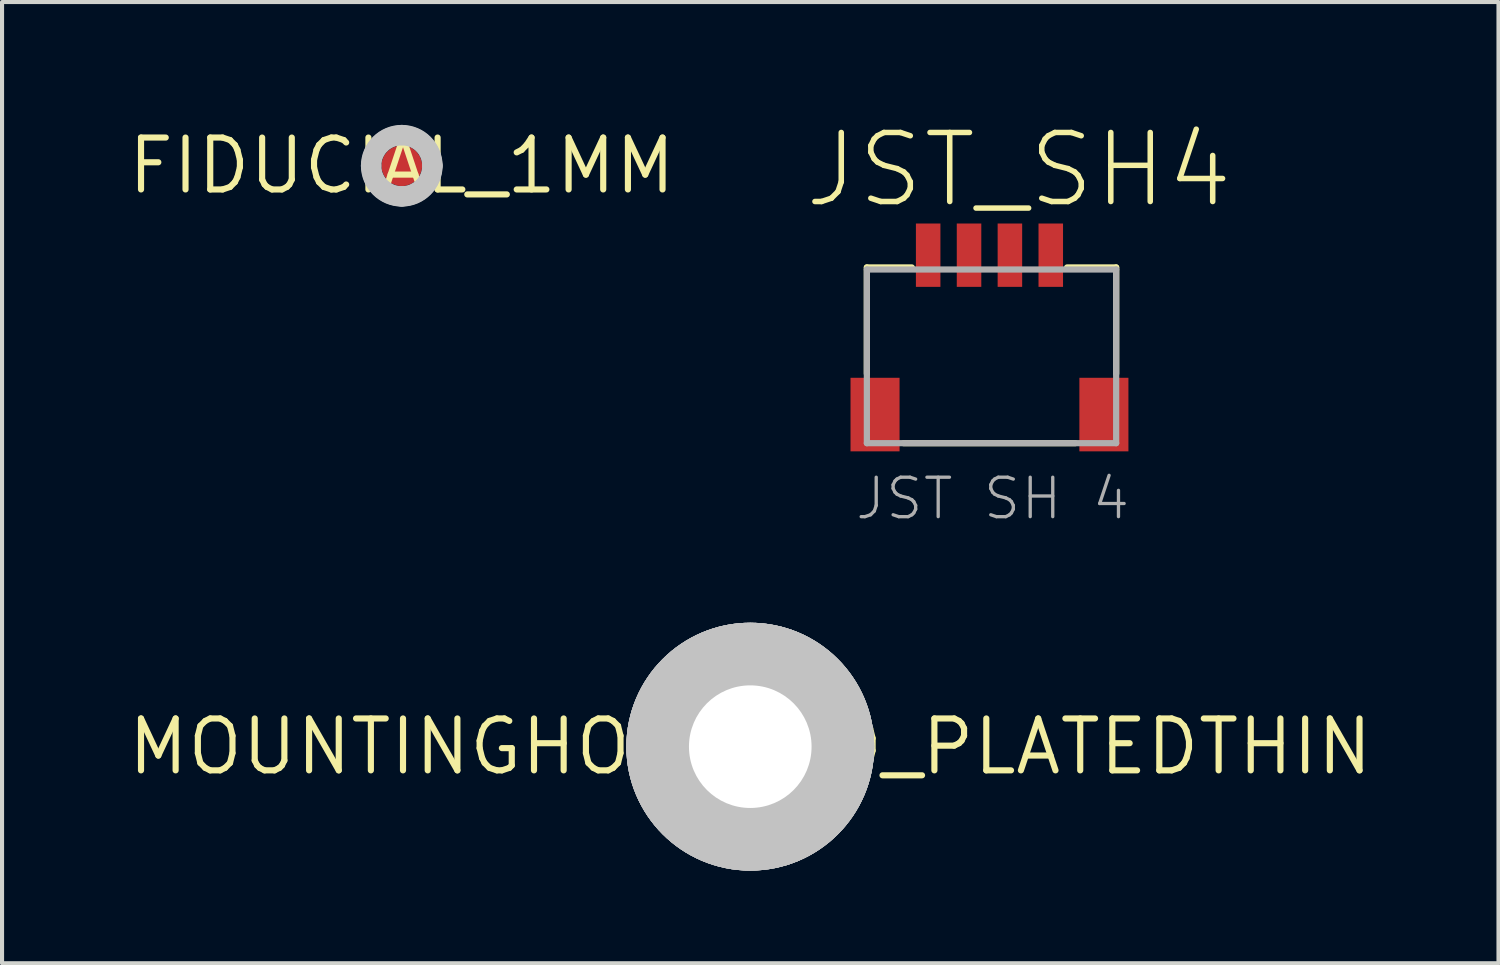
<source format=kicad_pcb>
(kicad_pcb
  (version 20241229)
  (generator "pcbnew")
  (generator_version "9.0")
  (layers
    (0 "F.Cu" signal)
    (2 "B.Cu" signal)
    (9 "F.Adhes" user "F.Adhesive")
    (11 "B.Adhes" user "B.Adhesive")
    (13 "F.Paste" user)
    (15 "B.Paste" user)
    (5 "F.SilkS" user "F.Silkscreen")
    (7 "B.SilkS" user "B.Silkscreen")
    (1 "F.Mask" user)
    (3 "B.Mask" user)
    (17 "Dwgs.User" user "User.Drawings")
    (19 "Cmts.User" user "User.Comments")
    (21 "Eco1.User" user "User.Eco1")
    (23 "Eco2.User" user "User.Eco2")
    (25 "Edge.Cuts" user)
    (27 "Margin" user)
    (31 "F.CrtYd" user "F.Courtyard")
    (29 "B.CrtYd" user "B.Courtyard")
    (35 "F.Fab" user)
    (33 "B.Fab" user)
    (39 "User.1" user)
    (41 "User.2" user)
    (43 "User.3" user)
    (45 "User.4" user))
  (footprint "FIDUCIAL_1MM"
    (layer "F.Cu")
    (at 6.781 1.006)
    (property "Reference" "FIDUCIAL_1MM" (at 0 0 0) (layer "F.SilkS") (effects (font (size 1.27 1.27) (thickness 0.15))))
    (attr through_hole)
    (fp_arc (start -0.75 0) (mid -0.53033 -0.53033) (end 0 -0.75) (stroke (width 0.4699) (type solid)) (layer "F.Mask"))
    (fp_arc (start 0 -0.75) (mid 0.53033 -0.53033) (end 0.75 0) (stroke (width 0.4699) (type solid)) (layer "F.Mask"))
    (fp_arc (start 0 0.75) (mid -0.53033 0.53033) (end -0.75 0) (stroke (width 0.4699) (type solid)) (layer "F.Mask"))
    (fp_arc (start 0.75 0) (mid 0.53033 0.53033) (end 0 0.75) (stroke (width 0.4699) (type solid)) (layer "F.Mask"))
    (fp_arc (start -0.75 0) (mid -0.53033 -0.53033) (end 0 -0.75) (stroke (width 0.4826) (type solid)) (layer "Dwgs.User"))
    (fp_arc (start -0.75 0) (mid -0.53033 -0.53033) (end 0 -0.75) (stroke (width 0.5) (type solid)) (layer "Dwgs.User"))
    (fp_arc (start 0 -0.75) (mid 0.53033 -0.53033) (end 0.75 0) (stroke (width 0.4826) (type solid)) (layer "Dwgs.User"))
    (fp_arc (start 0 -0.75) (mid 0.53033 -0.53033) (end 0.75 0) (stroke (width 0.5) (type solid)) (layer "Dwgs.User"))
    (fp_arc (start 0 0.75) (mid -0.53033 0.53033) (end -0.75 0) (stroke (width 0.4826) (type solid)) (layer "Dwgs.User"))
    (fp_arc (start 0 0.75) (mid -0.53033 0.53033) (end -0.75 0) (stroke (width 0.5) (type solid)) (layer "Dwgs.User"))
    (fp_arc (start 0.75 0) (mid 0.53033 0.53033) (end 0 0.75) (stroke (width 0.4826) (type solid)) (layer "Dwgs.User"))
    (fp_arc (start 0.75 0) (mid 0.53033 0.53033) (end 0 0.75) (stroke (width 0.5) (type solid)) (layer "Dwgs.User"))
    (pad "1" smd roundrect (at 0 0) (size 1 1) (layers "F.Cu" "F.Mask") (roundrect_rratio 0.5)))
  (footprint "MOUNTINGHOLE_3.0_PLATEDTHIN"
    (layer "F.Cu")
    (at 15.308 15.22)
    (property "Reference" "MOUNTINGHOLE_3.0_PLATEDTHIN" (at 0 0 0) (layer "F.SilkS") (effects (font (size 1.27 1.27) (thickness 0.15))))
    (attr through_hole)
    (fp_circle (center 0 0) (end 2.2 0) (stroke (width 0.2) (type solid)) (fill no) (layer "F.SilkS"))
    (fp_circle (center 0 0) (end 1 0) (stroke (width 2.032) (type solid)) (fill no) (layer "Dwgs.User"))
    (fp_circle (center 0 0) (end 1 0) (stroke (width 2.032) (type solid)) (fill no) (layer "Dwgs.User"))
    (fp_circle (center 0 0) (end 1 0) (stroke (width 2.032) (type solid)) (fill no) (layer "Dwgs.User"))
    (fp_circle (center 0 0) (end 1 0) (stroke (width 2.032) (type solid)) (fill no) (layer "Dwgs.User"))
    (fp_circle (center 0 0) (end 1 0) (stroke (width 2.032) (type solid)) (fill no) (layer "Dwgs.User"))
    (pad "P$1" thru_hole circle (at 0 0) (size 3.6 3.6) (drill 3) (layers "*.Cu" "*.Mask")))
  (footprint "JST_SH4"
    (layer "F.Cu")
    (at 21.161 5.708)
    (property "Reference" "JST_SH4" (at -4.6 -3.614 0) (layer "F.SilkS") (effects (font (size 1.689 1.689) (thickness 0.135)) (justify left bottom)))
    (attr through_hole)
    (fp_line (start -3 -2.214) (end -1.9 -2.214) (stroke (width 0.152) (type solid)) (layer "F.SilkS"))
    (fp_line (start -3 0.386) (end -3 -2.214) (stroke (width 0.152) (type solid)) (layer "F.SilkS"))
    (fp_line (start -2.1 2.086) (end 2.1 2.086) (stroke (width 0.152) (type solid)) (layer "F.SilkS"))
    (fp_line (start 1.9 -2.214) (end 3.1 -2.214) (stroke (width 0.152) (type solid)) (layer "F.SilkS"))
    (fp_line (start 3.1 -2.214) (end 3.1 0.386) (stroke (width 0.152) (type solid)) (layer "F.SilkS"))
    (fp_line (start -3 -2.164) (end 3.1 -2.164) (stroke (width 0.152) (type solid)) (layer "F.Fab"))
    (fp_line (start -3 2.086) (end -3 -2.164) (stroke (width 0.152) (type solid)) (layer "F.Fab"))
    (fp_line (start 3.1 -2.164) (end 3.1 2.086) (stroke (width 0.152) (type solid)) (layer "F.Fab"))
    (fp_line (start 3.1 2.086) (end -3 2.086) (stroke (width 0.152) (type solid)) (layer "F.Fab"))
    (fp_text user "JST SH 4" (at -3.33 4.006 0) (layer "F.Fab") (effects (font (size 0.965 0.965) (thickness 0.081)) (justify left bottom)))
    (pad "1" smd rect (at -1.5 -2.514 90) (size 1.55 0.6) (layers "F.Cu" "F.Mask" "F.Paste"))
    (pad "2" smd rect (at -0.5 -2.514 90) (size 1.55 0.6) (layers "F.Cu" "F.Mask" "F.Paste"))
    (pad "3" smd rect (at 0.5 -2.514 90) (size 1.55 0.6) (layers "F.Cu" "F.Mask" "F.Paste"))
    (pad "4" smd rect (at 1.5 -2.514 90) (size 1.55 0.6) (layers "F.Cu" "F.Mask" "F.Paste"))
    (pad "MT1" smd rect (at -2.8 1.386 90) (size 1.8 1.2) (layers "F.Cu" "F.Mask" "F.Paste"))
    (pad "MT2" smd rect (at 2.8 1.386 90) (size 1.8 1.2) (layers "F.Cu" "F.Mask" "F.Paste")))
  (gr_rect
    (start -3 -3)
    (end 33.616 20.52)
    (stroke (width 0.1) (type default))
    (fill no)
    (layer "Edge.Cuts")))
</source>
